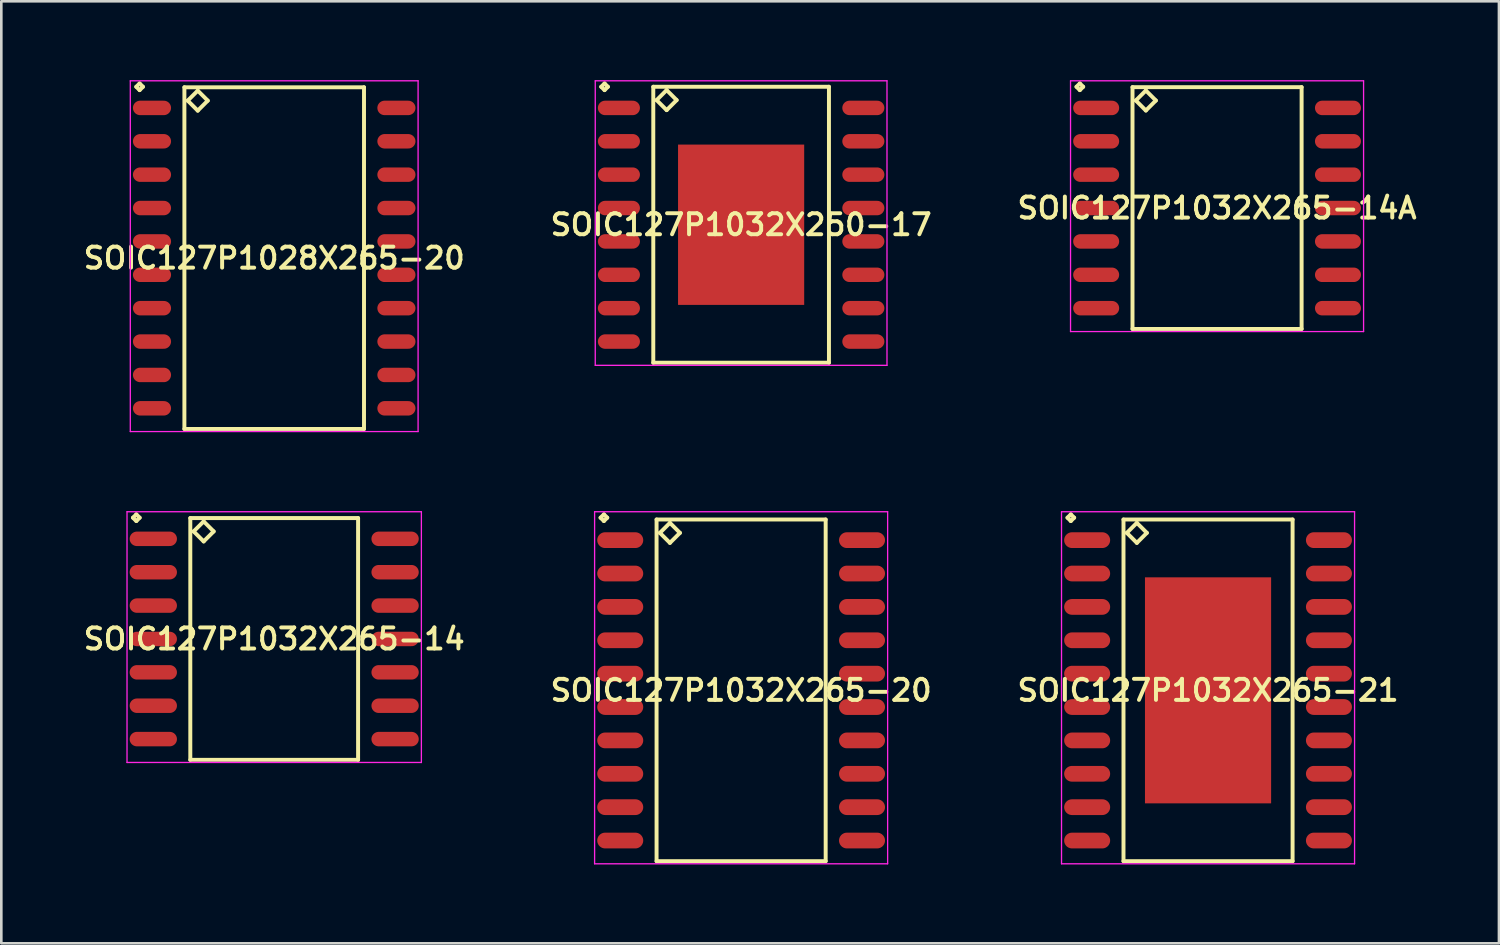
<source format=kicad_pcb>
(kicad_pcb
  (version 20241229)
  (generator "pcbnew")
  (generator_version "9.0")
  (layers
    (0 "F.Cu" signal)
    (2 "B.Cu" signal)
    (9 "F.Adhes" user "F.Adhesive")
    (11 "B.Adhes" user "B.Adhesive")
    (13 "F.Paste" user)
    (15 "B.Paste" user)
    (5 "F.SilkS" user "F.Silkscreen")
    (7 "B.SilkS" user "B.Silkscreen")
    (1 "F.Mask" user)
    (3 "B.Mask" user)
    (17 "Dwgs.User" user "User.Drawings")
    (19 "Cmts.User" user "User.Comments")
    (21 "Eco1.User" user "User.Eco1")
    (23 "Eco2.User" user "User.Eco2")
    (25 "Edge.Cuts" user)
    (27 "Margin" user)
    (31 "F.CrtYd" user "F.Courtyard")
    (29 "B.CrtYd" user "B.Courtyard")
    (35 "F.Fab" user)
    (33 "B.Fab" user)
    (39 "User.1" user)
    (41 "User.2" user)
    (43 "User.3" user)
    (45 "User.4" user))
  (footprint "SOIC127P1028X265-20"
    (layer "F.Cu")
    (at 7.383 6.771)
    (property "Reference" "SOIC127P1028X265-20" (at 0 0 0) (layer "F.SilkS") (effects (font (size 0.8 0.8) (thickness 0.15))))
    (attr smd)
    (fp_line (start -5.248 -6.519) (end -5.121 -6.646) (stroke (width 0.15) (type solid)) (layer "F.SilkS"))
    (fp_line (start -5.121 -6.646) (end -4.994 -6.519) (stroke (width 0.15) (type solid)) (layer "F.SilkS"))
    (fp_line (start -5.121 -6.392) (end -5.248 -6.519) (stroke (width 0.15) (type solid)) (layer "F.SilkS"))
    (fp_line (start -4.994 -6.519) (end -5.121 -6.392) (stroke (width 0.15) (type solid)) (layer "F.SilkS"))
    (fp_line (start -3.417 -6.5) (end -3.417 6.5) (stroke (width 0.15) (type solid)) (layer "F.SilkS"))
    (fp_line (start -3.417 6.5) (end 3.417 6.5) (stroke (width 0.15) (type solid)) (layer "F.SilkS"))
    (fp_line (start -3.29 -5.992) (end -2.909 -6.373) (stroke (width 0.15) (type solid)) (layer "F.SilkS"))
    (fp_line (start -2.909 -6.373) (end -2.528 -5.992) (stroke (width 0.15) (type solid)) (layer "F.SilkS"))
    (fp_line (start -2.909 -5.611) (end -3.29 -5.992) (stroke (width 0.15) (type solid)) (layer "F.SilkS"))
    (fp_line (start -2.528 -5.992) (end -2.909 -5.611) (stroke (width 0.15) (type solid)) (layer "F.SilkS"))
    (fp_line (start 3.417 -6.5) (end -3.417 -6.5) (stroke (width 0.15) (type solid)) (layer "F.SilkS"))
    (fp_line (start 3.417 6.5) (end 3.417 -6.5) (stroke (width 0.15) (type solid)) (layer "F.SilkS"))
    (fp_line (start -5.475 -6.746) (end 5.475 -6.746) (stroke (width 0.05) (type solid)) (layer "F.CrtYd"))
    (fp_line (start -5.475 6.6) (end -5.475 -6.746) (stroke (width 0.05) (type solid)) (layer "F.CrtYd"))
    (fp_line (start 5.475 -6.746) (end 5.475 6.6) (stroke (width 0.05) (type solid)) (layer "F.CrtYd"))
    (fp_line (start 5.475 6.6) (end -5.475 6.6) (stroke (width 0.05) (type solid)) (layer "F.CrtYd"))
    (pad "1" smd oval (at -4.65 -5.715) (size 1.45 0.55) (layers "F.Cu" "F.Mask" "F.Paste"))
    (pad "2" smd oval (at -4.65 -4.445) (size 1.45 0.55) (layers "F.Cu" "F.Mask" "F.Paste"))
    (pad "3" smd oval (at -4.65 -3.175) (size 1.45 0.55) (layers "F.Cu" "F.Mask" "F.Paste"))
    (pad "4" smd oval (at -4.65 -1.905) (size 1.45 0.55) (layers "F.Cu" "F.Mask" "F.Paste"))
    (pad "5" smd oval (at -4.65 -0.635) (size 1.45 0.55) (layers "F.Cu" "F.Mask" "F.Paste"))
    (pad "6" smd oval (at -4.65 0.635) (size 1.45 0.55) (layers "F.Cu" "F.Mask" "F.Paste"))
    (pad "7" smd oval (at -4.65 1.905) (size 1.45 0.55) (layers "F.Cu" "F.Mask" "F.Paste"))
    (pad "8" smd oval (at -4.65 3.175) (size 1.45 0.55) (layers "F.Cu" "F.Mask" "F.Paste"))
    (pad "9" smd oval (at -4.65 4.445) (size 1.45 0.55) (layers "F.Cu" "F.Mask" "F.Paste"))
    (pad "10" smd oval (at -4.65 5.715) (size 1.45 0.55) (layers "F.Cu" "F.Mask" "F.Paste"))
    (pad "11" smd oval (at 4.65 5.715) (size 1.45 0.55) (layers "F.Cu" "F.Mask" "F.Paste"))
    (pad "12" smd oval (at 4.65 4.445) (size 1.45 0.55) (layers "F.Cu" "F.Mask" "F.Paste"))
    (pad "13" smd oval (at 4.65 3.175) (size 1.45 0.55) (layers "F.Cu" "F.Mask" "F.Paste"))
    (pad "14" smd oval (at 4.65 1.905) (size 1.45 0.55) (layers "F.Cu" "F.Mask" "F.Paste"))
    (pad "15" smd oval (at 4.65 0.635) (size 1.45 0.55) (layers "F.Cu" "F.Mask" "F.Paste"))
    (pad "16" smd oval (at 4.65 -0.635) (size 1.45 0.55) (layers "F.Cu" "F.Mask" "F.Paste"))
    (pad "17" smd oval (at 4.65 -1.905) (size 1.45 0.55) (layers "F.Cu" "F.Mask" "F.Paste"))
    (pad "18" smd oval (at 4.65 -3.175) (size 1.45 0.55) (layers "F.Cu" "F.Mask" "F.Paste"))
    (pad "19" smd oval (at 4.65 -4.445) (size 1.45 0.55) (layers "F.Cu" "F.Mask" "F.Paste"))
    (pad "20" smd oval (at 4.65 -5.715) (size 1.45 0.55) (layers "F.Cu" "F.Mask" "F.Paste")))
  (footprint "SOIC127P1032X265-20"
    (layer "F.Cu")
    (at 25.149 23.217)
    (property "Reference" "SOIC127P1032X265-20" (at 0 0 0) (layer "F.SilkS") (effects (font (size 0.8 0.8) (thickness 0.15))))
    (attr smd)
    (fp_line (start -5.348 -6.569) (end -5.221 -6.696) (stroke (width 0.15) (type solid)) (layer "F.SilkS"))
    (fp_line (start -5.221 -6.696) (end -5.094 -6.569) (stroke (width 0.15) (type solid)) (layer "F.SilkS"))
    (fp_line (start -5.221 -6.442) (end -5.348 -6.569) (stroke (width 0.15) (type solid)) (layer "F.SilkS"))
    (fp_line (start -5.094 -6.569) (end -5.221 -6.442) (stroke (width 0.15) (type solid)) (layer "F.SilkS"))
    (fp_line (start -3.217 -6.5) (end -3.217 6.5) (stroke (width 0.15) (type solid)) (layer "F.SilkS"))
    (fp_line (start -3.217 6.5) (end 3.217 6.5) (stroke (width 0.15) (type solid)) (layer "F.SilkS"))
    (fp_line (start -3.09 -5.992) (end -2.709 -6.373) (stroke (width 0.15) (type solid)) (layer "F.SilkS"))
    (fp_line (start -2.709 -6.373) (end -2.328 -5.992) (stroke (width 0.15) (type solid)) (layer "F.SilkS"))
    (fp_line (start -2.709 -5.611) (end -3.09 -5.992) (stroke (width 0.15) (type solid)) (layer "F.SilkS"))
    (fp_line (start -2.328 -5.992) (end -2.709 -5.611) (stroke (width 0.15) (type solid)) (layer "F.SilkS"))
    (fp_line (start 3.217 -6.5) (end -3.217 -6.5) (stroke (width 0.15) (type solid)) (layer "F.SilkS"))
    (fp_line (start 3.217 6.5) (end 3.217 -6.5) (stroke (width 0.15) (type solid)) (layer "F.SilkS"))
    (fp_line (start -5.575 -6.796) (end 5.575 -6.796) (stroke (width 0.05) (type solid)) (layer "F.CrtYd"))
    (fp_line (start -5.575 6.6) (end -5.575 -6.796) (stroke (width 0.05) (type solid)) (layer "F.CrtYd"))
    (fp_line (start 5.575 -6.796) (end 5.575 6.6) (stroke (width 0.05) (type solid)) (layer "F.CrtYd"))
    (fp_line (start 5.575 6.6) (end -5.575 6.6) (stroke (width 0.05) (type solid)) (layer "F.CrtYd"))
    (pad "1" smd oval (at -4.6 -5.715) (size 1.75 0.6) (layers "F.Cu" "F.Mask" "F.Paste"))
    (pad "2" smd oval (at -4.6 -4.445) (size 1.75 0.6) (layers "F.Cu" "F.Mask" "F.Paste"))
    (pad "3" smd oval (at -4.6 -3.175) (size 1.75 0.6) (layers "F.Cu" "F.Mask" "F.Paste"))
    (pad "4" smd oval (at -4.6 -1.905) (size 1.75 0.6) (layers "F.Cu" "F.Mask" "F.Paste"))
    (pad "5" smd oval (at -4.6 -0.635) (size 1.75 0.6) (layers "F.Cu" "F.Mask" "F.Paste"))
    (pad "6" smd oval (at -4.6 0.635) (size 1.75 0.6) (layers "F.Cu" "F.Mask" "F.Paste"))
    (pad "7" smd oval (at -4.6 1.905) (size 1.75 0.6) (layers "F.Cu" "F.Mask" "F.Paste"))
    (pad "8" smd oval (at -4.6 3.175) (size 1.75 0.6) (layers "F.Cu" "F.Mask" "F.Paste"))
    (pad "9" smd oval (at -4.6 4.445) (size 1.75 0.6) (layers "F.Cu" "F.Mask" "F.Paste"))
    (pad "10" smd oval (at -4.6 5.715) (size 1.75 0.6) (layers "F.Cu" "F.Mask" "F.Paste"))
    (pad "11" smd oval (at 4.6 5.715) (size 1.75 0.6) (layers "F.Cu" "F.Mask" "F.Paste"))
    (pad "12" smd oval (at 4.6 4.445) (size 1.75 0.6) (layers "F.Cu" "F.Mask" "F.Paste"))
    (pad "13" smd oval (at 4.6 3.175) (size 1.75 0.6) (layers "F.Cu" "F.Mask" "F.Paste"))
    (pad "14" smd oval (at 4.6 1.905) (size 1.75 0.6) (layers "F.Cu" "F.Mask" "F.Paste"))
    (pad "15" smd oval (at 4.6 0.635) (size 1.75 0.6) (layers "F.Cu" "F.Mask" "F.Paste"))
    (pad "16" smd oval (at 4.6 -0.635) (size 1.75 0.6) (layers "F.Cu" "F.Mask" "F.Paste"))
    (pad "17" smd oval (at 4.6 -1.905) (size 1.75 0.6) (layers "F.Cu" "F.Mask" "F.Paste"))
    (pad "18" smd oval (at 4.6 -3.175) (size 1.75 0.6) (layers "F.Cu" "F.Mask" "F.Paste"))
    (pad "19" smd oval (at 4.6 -4.445) (size 1.75 0.6) (layers "F.Cu" "F.Mask" "F.Paste"))
    (pad "20" smd oval (at 4.6 -5.715) (size 1.75 0.6) (layers "F.Cu" "F.Mask" "F.Paste")))
  (footprint "SOIC127P1032X265-14A"
    (layer "F.Cu")
    (at 43.258 4.866)
    (property "Reference" "SOIC127P1032X265-14A" (at 0 0 0) (layer "F.SilkS") (effects (font (size 0.8 0.8) (thickness 0.15))))
    (attr smd)
    (fp_line (start -5.348 -4.614) (end -5.221 -4.741) (stroke (width 0.15) (type solid)) (layer "F.SilkS"))
    (fp_line (start -5.221 -4.741) (end -5.094 -4.614) (stroke (width 0.15) (type solid)) (layer "F.SilkS"))
    (fp_line (start -5.221 -4.487) (end -5.348 -4.614) (stroke (width 0.15) (type solid)) (layer "F.SilkS"))
    (fp_line (start -5.094 -4.614) (end -5.221 -4.487) (stroke (width 0.15) (type solid)) (layer "F.SilkS"))
    (fp_line (start -3.217 -4.6) (end -3.217 4.6) (stroke (width 0.15) (type solid)) (layer "F.SilkS"))
    (fp_line (start -3.217 4.6) (end 3.217 4.6) (stroke (width 0.15) (type solid)) (layer "F.SilkS"))
    (fp_line (start -3.09 -4.092) (end -2.709 -4.473) (stroke (width 0.15) (type solid)) (layer "F.SilkS"))
    (fp_line (start -2.709 -4.473) (end -2.328 -4.092) (stroke (width 0.15) (type solid)) (layer "F.SilkS"))
    (fp_line (start -2.709 -3.711) (end -3.09 -4.092) (stroke (width 0.15) (type solid)) (layer "F.SilkS"))
    (fp_line (start -2.328 -4.092) (end -2.709 -3.711) (stroke (width 0.15) (type solid)) (layer "F.SilkS"))
    (fp_line (start 3.217 -4.6) (end -3.217 -4.6) (stroke (width 0.15) (type solid)) (layer "F.SilkS"))
    (fp_line (start 3.217 4.6) (end 3.217 -4.6) (stroke (width 0.15) (type solid)) (layer "F.SilkS"))
    (fp_line (start -5.575 -4.841) (end 5.575 -4.841) (stroke (width 0.05) (type solid)) (layer "F.CrtYd"))
    (fp_line (start -5.575 4.7) (end -5.575 -4.841) (stroke (width 0.05) (type solid)) (layer "F.CrtYd"))
    (fp_line (start 5.575 -4.841) (end 5.575 4.7) (stroke (width 0.05) (type solid)) (layer "F.CrtYd"))
    (fp_line (start 5.575 4.7) (end -5.575 4.7) (stroke (width 0.05) (type solid)) (layer "F.CrtYd"))
    (pad "1" smd oval (at -4.6 -3.81) (size 1.75 0.55) (layers "F.Cu" "F.Mask" "F.Paste"))
    (pad "2" smd oval (at -4.6 -2.54) (size 1.75 0.55) (layers "F.Cu" "F.Mask" "F.Paste"))
    (pad "3" smd oval (at -4.6 -1.27) (size 1.75 0.55) (layers "F.Cu" "F.Mask" "F.Paste"))
    (pad "4" smd oval (at -4.6 0) (size 1.75 0.55) (layers "F.Cu" "F.Mask" "F.Paste"))
    (pad "5" smd oval (at -4.6 1.27) (size 1.75 0.55) (layers "F.Cu" "F.Mask" "F.Paste"))
    (pad "6" smd oval (at -4.6 2.54) (size 1.75 0.55) (layers "F.Cu" "F.Mask" "F.Paste"))
    (pad "7" smd oval (at -4.6 3.81) (size 1.75 0.55) (layers "F.Cu" "F.Mask" "F.Paste"))
    (pad "8" smd oval (at 4.6 3.81) (size 1.75 0.55) (layers "F.Cu" "F.Mask" "F.Paste"))
    (pad "9" smd oval (at 4.6 2.54) (size 1.75 0.55) (layers "F.Cu" "F.Mask" "F.Paste"))
    (pad "10" smd oval (at 4.6 1.27) (size 1.75 0.55) (layers "F.Cu" "F.Mask" "F.Paste"))
    (pad "11" smd oval (at 4.6 0) (size 1.75 0.55) (layers "F.Cu" "F.Mask" "F.Paste"))
    (pad "12" smd oval (at 4.6 -1.27) (size 1.75 0.55) (layers "F.Cu" "F.Mask" "F.Paste"))
    (pad "13" smd oval (at 4.6 -2.54) (size 1.75 0.55) (layers "F.Cu" "F.Mask" "F.Paste"))
    (pad "14" smd oval (at 4.6 -3.81) (size 1.75 0.55) (layers "F.Cu" "F.Mask" "F.Paste")))
  (footprint "SOIC127P1032X250-17"
    (layer "F.Cu")
    (at 25.149 5.501)
    (property "Reference" "SOIC127P1032X250-17" (at 0 0 0) (layer "F.SilkS") (effects (font (size 0.8 0.8) (thickness 0.15))))
    (attr smd)
    (fp_line (start -5.323 -5.249) (end -5.196 -5.376) (stroke (width 0.15) (type solid)) (layer "F.SilkS"))
    (fp_line (start -5.196 -5.376) (end -5.069 -5.249) (stroke (width 0.15) (type solid)) (layer "F.SilkS"))
    (fp_line (start -5.196 -5.122) (end -5.323 -5.249) (stroke (width 0.15) (type solid)) (layer "F.SilkS"))
    (fp_line (start -5.069 -5.249) (end -5.196 -5.122) (stroke (width 0.15) (type solid)) (layer "F.SilkS"))
    (fp_line (start -3.342 -5.25) (end -3.342 5.25) (stroke (width 0.15) (type solid)) (layer "F.SilkS"))
    (fp_line (start -3.342 5.25) (end 3.342 5.25) (stroke (width 0.15) (type solid)) (layer "F.SilkS"))
    (fp_line (start -3.215 -4.742) (end -2.834 -5.123) (stroke (width 0.15) (type solid)) (layer "F.SilkS"))
    (fp_line (start -2.834 -5.123) (end -2.453 -4.742) (stroke (width 0.15) (type solid)) (layer "F.SilkS"))
    (fp_line (start -2.834 -4.361) (end -3.215 -4.742) (stroke (width 0.15) (type solid)) (layer "F.SilkS"))
    (fp_line (start -2.453 -4.742) (end -2.834 -4.361) (stroke (width 0.15) (type solid)) (layer "F.SilkS"))
    (fp_line (start 3.342 -5.25) (end -3.342 -5.25) (stroke (width 0.15) (type solid)) (layer "F.SilkS"))
    (fp_line (start 3.342 5.25) (end 3.342 -5.25) (stroke (width 0.15) (type solid)) (layer "F.SilkS"))
    (fp_line (start -5.55 -5.476) (end 5.55 -5.476) (stroke (width 0.05) (type solid)) (layer "F.CrtYd"))
    (fp_line (start -5.55 5.35) (end -5.55 -5.476) (stroke (width 0.05) (type solid)) (layer "F.CrtYd"))
    (fp_line (start 5.55 -5.476) (end 5.55 5.35) (stroke (width 0.05) (type solid)) (layer "F.CrtYd"))
    (fp_line (start 5.55 5.35) (end -5.55 5.35) (stroke (width 0.05) (type solid)) (layer "F.CrtYd"))
    (pad "1" smd oval (at -4.65 -4.445) (size 1.6 0.55) (layers "F.Cu" "F.Mask" "F.Paste"))
    (pad "2" smd oval (at -4.65 -3.175) (size 1.6 0.55) (layers "F.Cu" "F.Mask" "F.Paste"))
    (pad "3" smd oval (at -4.65 -1.905) (size 1.6 0.55) (layers "F.Cu" "F.Mask" "F.Paste"))
    (pad "4" smd oval (at -4.65 -0.635) (size 1.6 0.55) (layers "F.Cu" "F.Mask" "F.Paste"))
    (pad "5" smd oval (at -4.65 0.635) (size 1.6 0.55) (layers "F.Cu" "F.Mask" "F.Paste"))
    (pad "6" smd oval (at -4.65 1.905) (size 1.6 0.55) (layers "F.Cu" "F.Mask" "F.Paste"))
    (pad "7" smd oval (at -4.65 3.175) (size 1.6 0.55) (layers "F.Cu" "F.Mask" "F.Paste"))
    (pad "8" smd oval (at -4.65 4.445) (size 1.6 0.55) (layers "F.Cu" "F.Mask" "F.Paste"))
    (pad "9" smd oval (at 4.65 4.445) (size 1.6 0.55) (layers "F.Cu" "F.Mask" "F.Paste"))
    (pad "10" smd oval (at 4.65 3.175) (size 1.6 0.55) (layers "F.Cu" "F.Mask" "F.Paste"))
    (pad "11" smd oval (at 4.65 1.905) (size 1.6 0.55) (layers "F.Cu" "F.Mask" "F.Paste"))
    (pad "12" smd oval (at 4.65 0.635) (size 1.6 0.55) (layers "F.Cu" "F.Mask" "F.Paste"))
    (pad "13" smd oval (at 4.65 -0.635) (size 1.6 0.55) (layers "F.Cu" "F.Mask" "F.Paste"))
    (pad "14" smd oval (at 4.65 -1.905) (size 1.6 0.55) (layers "F.Cu" "F.Mask" "F.Paste"))
    (pad "15" smd oval (at 4.65 -3.175) (size 1.6 0.55) (layers "F.Cu" "F.Mask" "F.Paste"))
    (pad "16" smd oval (at 4.65 -4.445) (size 1.6 0.55) (layers "F.Cu" "F.Mask" "F.Paste"))
    (pad "17" smd rect (at 0 0) (size 4.8 6.1) (layers "F.Cu" "F.Mask" "F.Paste")))
  (footprint "SOIC127P1032X265-21"
    (layer "F.Cu")
    (at 42.915 23.217)
    (property "Reference" "SOIC127P1032X265-21" (at 0 0 0) (layer "F.SilkS") (effects (font (size 0.8 0.8) (thickness 0.15))))
    (attr smd)
    (fp_line (start -5.348 -6.569) (end -5.221 -6.696) (stroke (width 0.15) (type solid)) (layer "F.SilkS"))
    (fp_line (start -5.221 -6.696) (end -5.094 -6.569) (stroke (width 0.15) (type solid)) (layer "F.SilkS"))
    (fp_line (start -5.221 -6.442) (end -5.348 -6.569) (stroke (width 0.15) (type solid)) (layer "F.SilkS"))
    (fp_line (start -5.094 -6.569) (end -5.221 -6.442) (stroke (width 0.15) (type solid)) (layer "F.SilkS"))
    (fp_line (start -3.217 -6.5) (end -3.217 6.5) (stroke (width 0.15) (type solid)) (layer "F.SilkS"))
    (fp_line (start -3.217 6.5) (end 3.217 6.5) (stroke (width 0.15) (type solid)) (layer "F.SilkS"))
    (fp_line (start -3.09 -5.992) (end -2.709 -6.373) (stroke (width 0.15) (type solid)) (layer "F.SilkS"))
    (fp_line (start -2.709 -6.373) (end -2.328 -5.992) (stroke (width 0.15) (type solid)) (layer "F.SilkS"))
    (fp_line (start -2.709 -5.611) (end -3.09 -5.992) (stroke (width 0.15) (type solid)) (layer "F.SilkS"))
    (fp_line (start -2.328 -5.992) (end -2.709 -5.611) (stroke (width 0.15) (type solid)) (layer "F.SilkS"))
    (fp_line (start 3.217 -6.5) (end -3.217 -6.5) (stroke (width 0.15) (type solid)) (layer "F.SilkS"))
    (fp_line (start 3.217 6.5) (end 3.217 -6.5) (stroke (width 0.15) (type solid)) (layer "F.SilkS"))
    (fp_line (start -5.575 -6.796) (end 5.575 -6.796) (stroke (width 0.05) (type solid)) (layer "F.CrtYd"))
    (fp_line (start -5.575 6.6) (end -5.575 -6.796) (stroke (width 0.05) (type solid)) (layer "F.CrtYd"))
    (fp_line (start 5.575 -6.796) (end 5.575 6.6) (stroke (width 0.05) (type solid)) (layer "F.CrtYd"))
    (fp_line (start 5.575 6.6) (end -5.575 6.6) (stroke (width 0.05) (type solid)) (layer "F.CrtYd"))
    (pad "1" smd oval (at -4.6 -5.715) (size 1.75 0.6) (layers "F.Cu" "F.Mask" "F.Paste"))
    (pad "2" smd oval (at -4.6 -4.445) (size 1.75 0.6) (layers "F.Cu" "F.Mask" "F.Paste"))
    (pad "3" smd oval (at -4.6 -3.175) (size 1.75 0.6) (layers "F.Cu" "F.Mask" "F.Paste"))
    (pad "4" smd oval (at -4.6 -1.905) (size 1.75 0.6) (layers "F.Cu" "F.Mask" "F.Paste"))
    (pad "5" smd oval (at -4.6 -0.635) (size 1.75 0.6) (layers "F.Cu" "F.Mask" "F.Paste"))
    (pad "6" smd oval (at -4.6 0.635) (size 1.75 0.6) (layers "F.Cu" "F.Mask" "F.Paste"))
    (pad "7" smd oval (at -4.6 1.905) (size 1.75 0.6) (layers "F.Cu" "F.Mask" "F.Paste"))
    (pad "8" smd oval (at -4.6 3.175) (size 1.75 0.6) (layers "F.Cu" "F.Mask" "F.Paste"))
    (pad "9" smd oval (at -4.6 4.445) (size 1.75 0.6) (layers "F.Cu" "F.Mask" "F.Paste"))
    (pad "10" smd oval (at -4.6 5.715) (size 1.75 0.6) (layers "F.Cu" "F.Mask" "F.Paste"))
    (pad "11" smd oval (at 4.6 5.715) (size 1.75 0.6) (layers "F.Cu" "F.Mask" "F.Paste"))
    (pad "12" smd oval (at 4.6 4.445) (size 1.75 0.6) (layers "F.Cu" "F.Mask" "F.Paste"))
    (pad "13" smd oval (at 4.6 3.175) (size 1.75 0.6) (layers "F.Cu" "F.Mask" "F.Paste"))
    (pad "14" smd oval (at 4.6 1.905) (size 1.75 0.6) (layers "F.Cu" "F.Mask" "F.Paste"))
    (pad "15" smd oval (at 4.6 0.635) (size 1.75 0.6) (layers "F.Cu" "F.Mask" "F.Paste"))
    (pad "16" smd oval (at 4.6 -0.635) (size 1.75 0.6) (layers "F.Cu" "F.Mask" "F.Paste"))
    (pad "17" smd oval (at 4.6 -1.905) (size 1.75 0.6) (layers "F.Cu" "F.Mask" "F.Paste"))
    (pad "18" smd oval (at 4.6 -3.175) (size 1.75 0.6) (layers "F.Cu" "F.Mask" "F.Paste"))
    (pad "19" smd oval (at 4.6 -4.445) (size 1.75 0.6) (layers "F.Cu" "F.Mask" "F.Paste"))
    (pad "20" smd oval (at 4.6 -5.715) (size 1.75 0.6) (layers "F.Cu" "F.Mask" "F.Paste"))
    (pad "21" smd rect (at 0 0) (size 4.8 8.6) (layers "F.Cu" "F.Mask" "F.Paste")))
  (footprint "SOIC127P1032X265-14"
    (layer "F.Cu")
    (at 7.383 21.262)
    (property "Reference" "SOIC127P1032X265-14" (at 0 0 0) (layer "F.SilkS") (effects (font (size 0.8 0.8) (thickness 0.15))))
    (attr smd)
    (fp_line (start -5.373 -4.614) (end -5.246 -4.741) (stroke (width 0.15) (type solid)) (layer "F.SilkS"))
    (fp_line (start -5.246 -4.741) (end -5.119 -4.614) (stroke (width 0.15) (type solid)) (layer "F.SilkS"))
    (fp_line (start -5.246 -4.487) (end -5.373 -4.614) (stroke (width 0.15) (type solid)) (layer "F.SilkS"))
    (fp_line (start -5.119 -4.614) (end -5.246 -4.487) (stroke (width 0.15) (type solid)) (layer "F.SilkS"))
    (fp_line (start -3.192 -4.6) (end -3.192 4.6) (stroke (width 0.15) (type solid)) (layer "F.SilkS"))
    (fp_line (start -3.192 4.6) (end 3.192 4.6) (stroke (width 0.15) (type solid)) (layer "F.SilkS"))
    (fp_line (start -3.065 -4.092) (end -2.684 -4.473) (stroke (width 0.15) (type solid)) (layer "F.SilkS"))
    (fp_line (start -2.684 -4.473) (end -2.303 -4.092) (stroke (width 0.15) (type solid)) (layer "F.SilkS"))
    (fp_line (start -2.684 -3.711) (end -3.065 -4.092) (stroke (width 0.15) (type solid)) (layer "F.SilkS"))
    (fp_line (start -2.303 -4.092) (end -2.684 -3.711) (stroke (width 0.15) (type solid)) (layer "F.SilkS"))
    (fp_line (start 3.192 -4.6) (end -3.192 -4.6) (stroke (width 0.15) (type solid)) (layer "F.SilkS"))
    (fp_line (start 3.192 4.6) (end 3.192 -4.6) (stroke (width 0.15) (type solid)) (layer "F.SilkS"))
    (fp_line (start -5.6 -4.841) (end 5.6 -4.841) (stroke (width 0.05) (type solid)) (layer "F.CrtYd"))
    (fp_line (start -5.6 4.7) (end -5.6 -4.841) (stroke (width 0.05) (type solid)) (layer "F.CrtYd"))
    (fp_line (start 5.6 -4.841) (end 5.6 4.7) (stroke (width 0.05) (type solid)) (layer "F.CrtYd"))
    (fp_line (start 5.6 4.7) (end -5.6 4.7) (stroke (width 0.05) (type solid)) (layer "F.CrtYd"))
    (pad "1" smd oval (at -4.6 -3.81) (size 1.8 0.55) (layers "F.Cu" "F.Mask" "F.Paste"))
    (pad "2" smd oval (at -4.6 -2.54) (size 1.8 0.55) (layers "F.Cu" "F.Mask" "F.Paste"))
    (pad "3" smd oval (at -4.6 -1.27) (size 1.8 0.55) (layers "F.Cu" "F.Mask" "F.Paste"))
    (pad "4" smd oval (at -4.6 0) (size 1.8 0.55) (layers "F.Cu" "F.Mask" "F.Paste"))
    (pad "5" smd oval (at -4.6 1.27) (size 1.8 0.55) (layers "F.Cu" "F.Mask" "F.Paste"))
    (pad "6" smd oval (at -4.6 2.54) (size 1.8 0.55) (layers "F.Cu" "F.Mask" "F.Paste"))
    (pad "7" smd oval (at -4.6 3.81) (size 1.8 0.55) (layers "F.Cu" "F.Mask" "F.Paste"))
    (pad "8" smd oval (at 4.6 3.81) (size 1.8 0.55) (layers "F.Cu" "F.Mask" "F.Paste"))
    (pad "9" smd oval (at 4.6 2.54) (size 1.8 0.55) (layers "F.Cu" "F.Mask" "F.Paste"))
    (pad "10" smd oval (at 4.6 1.27) (size 1.8 0.55) (layers "F.Cu" "F.Mask" "F.Paste"))
    (pad "11" smd oval (at 4.6 0) (size 1.8 0.55) (layers "F.Cu" "F.Mask" "F.Paste"))
    (pad "12" smd oval (at 4.6 -1.27) (size 1.8 0.55) (layers "F.Cu" "F.Mask" "F.Paste"))
    (pad "13" smd oval (at 4.6 -2.54) (size 1.8 0.55) (layers "F.Cu" "F.Mask" "F.Paste"))
    (pad "14" smd oval (at 4.6 -3.81) (size 1.8 0.55) (layers "F.Cu" "F.Mask" "F.Paste")))
  (gr_rect
    (start -3 -3)
    (end 53.984 32.842)
    (stroke (width 0.1) (type default))
    (fill no)
    (layer "Edge.Cuts")))
</source>
